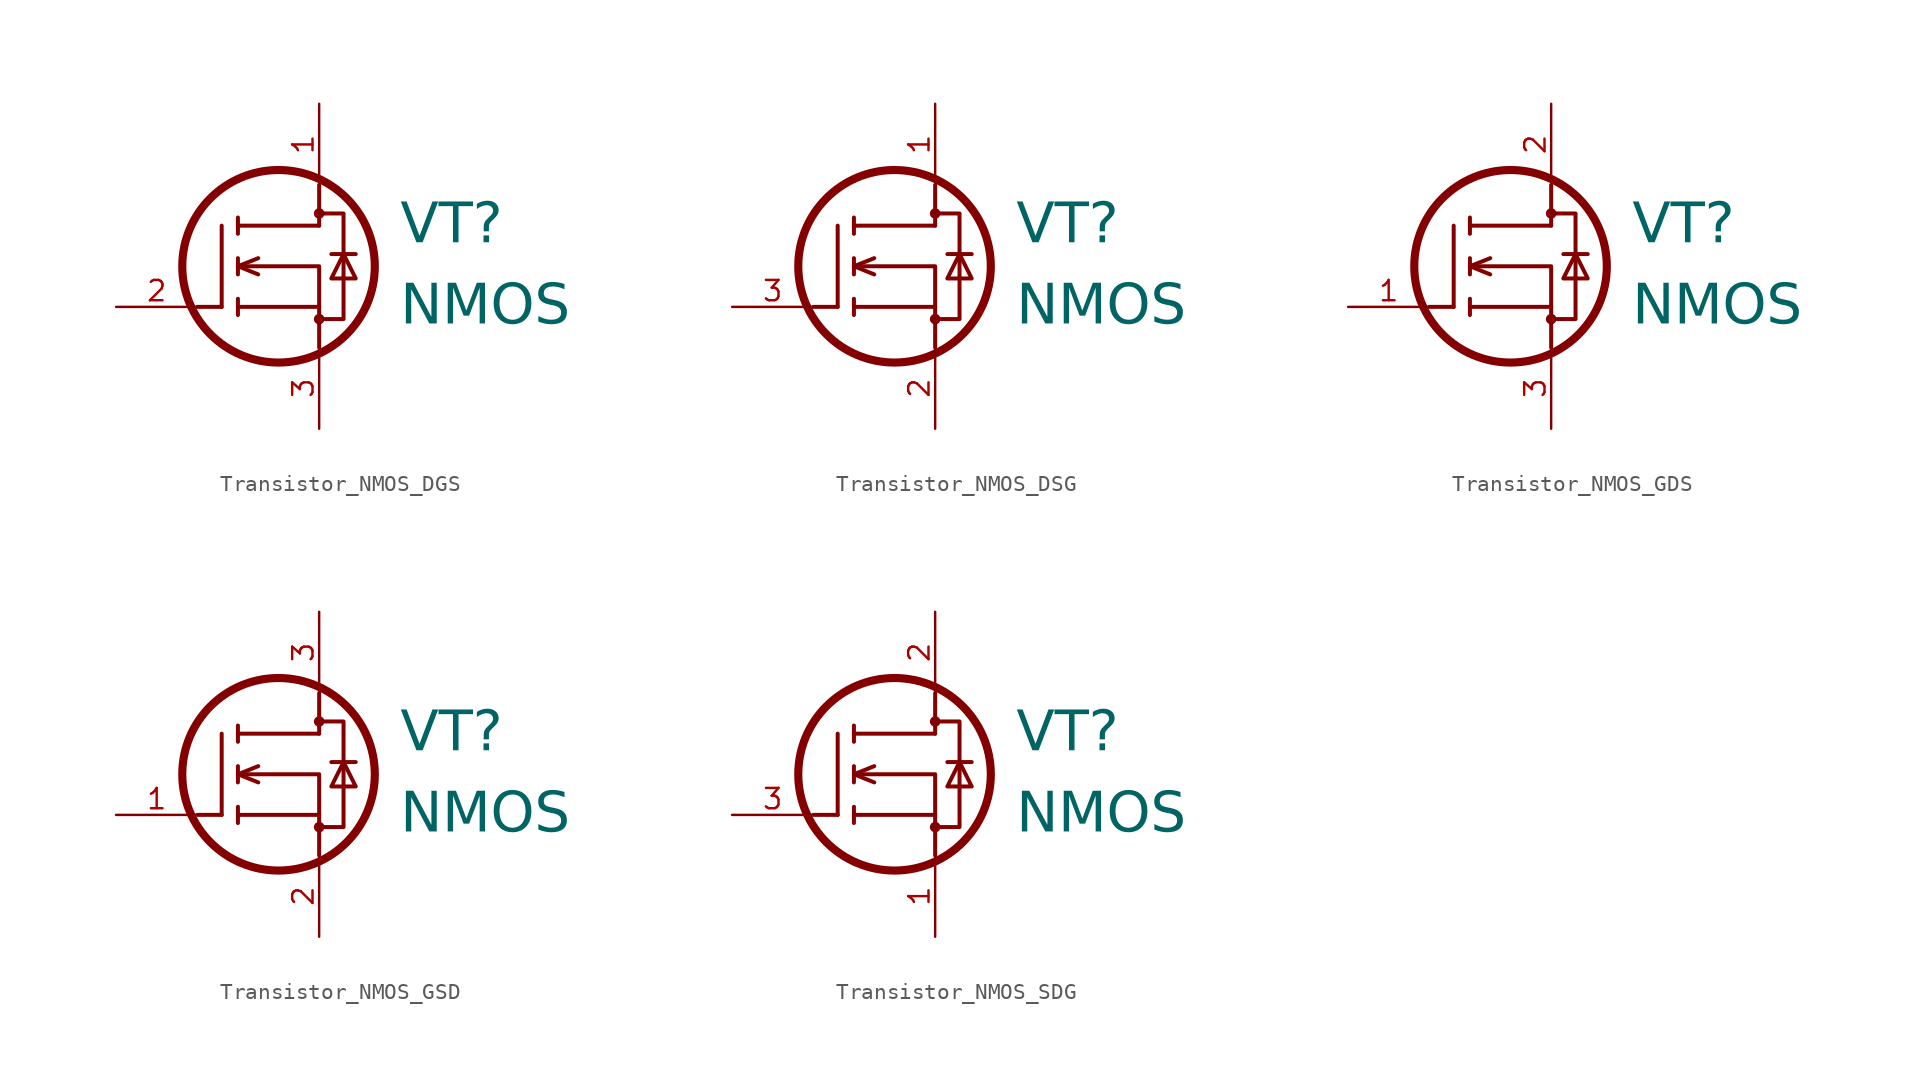
<source format=kicad_sym>
(kicad_symbol_lib
  (version 20241209)
  (generator "kicad_symbol_editor")
  (generator_version "9.0")
  (symbol "Transistor_NMOS_DGS"
    (pin_names
      (offset 1.016)
      (hide yes))
    (property "Reference" "VT"
      (at 5.08 5.08 0)
      (effects (font (face "GOST type A") (size 2.5 2.5) (italic yes)) (justify left)))
    (property "Value" "NMOS"
      (at 5.08 0 0)
      (effects (font (face "GOST type A") (size 2.5 2.5) (italic yes)) (justify left)))
    (symbol "Transistor_NMOS_DGS_0_1"
      (circle (center -2.54 2.54) (radius 6.02) (stroke (width 0.508) (type solid)) (fill (type none)))
      (circle (center 0 5.842) (radius 0.254) (stroke (width 0) (type solid)) (fill (type outline)))
      (circle (center 0 -0.762) (radius 0.254) (stroke (width 0) (type solid)) (fill (type outline))))
    (symbol "Transistor_NMOS_DGS_1_1"
      (polyline (pts (xy -7.62 0) (xy -6.096 0)) (stroke (width 0.25) (type default)) (fill (type none)))
      (polyline (pts (xy -6.096 0) (xy -6.096 5.08)) (stroke (width 0.25) (type solid)) (fill (type none)))
      (polyline (pts (xy -5.08 5.588) (xy -5.08 4.572)) (stroke (width 0.25) (type solid)) (fill (type none)))
      (polyline (pts (xy -5.08 3.048) (xy -5.08 2.032)) (stroke (width 0.25) (type solid)) (fill (type none)))
      (polyline (pts (xy -5.08 2.54) (xy -3.81 3.048)) (stroke (width 0.25) (type solid)) (fill (type none)))
      (polyline (pts (xy -5.08 2.54) (xy -3.81 2.032)) (stroke (width 0.25) (type solid)) (fill (type none)))
      (polyline (pts (xy -5.08 2.54) (xy 0 2.54) (xy 0 0)) (stroke (width 0.25) (type solid)) (fill (type none)))
      (polyline (pts (xy -5.08 0.508) (xy -5.08 -0.508)) (stroke (width 0.25) (type solid)) (fill (type none)))
      (polyline (pts (xy -5.08 0) (xy 0 0)) (stroke (width 0.25) (type solid)) (fill (type none)))
      (polyline (pts (xy 0 5.842) (xy 1.524 5.842) (xy 1.524 -0.762) (xy 0 -0.762)) (stroke (width 0.25) (type solid)) (fill (type none)))
      (polyline (pts (xy 0 5.08) (xy -5.08 5.08)) (stroke (width 0.25) (type solid)) (fill (type none)))
      (polyline (pts (xy 0 5.08) (xy 0 7.62)) (stroke (width 0.25) (type default)) (fill (type none)))
      (polyline (pts (xy 0 -2.54) (xy 0 0)) (stroke (width 0.25) (type default)) (fill (type none)))
      (polyline (pts (xy 0.762 3.302) (xy 2.286 3.302)) (stroke (width 0.25) (type solid)) (fill (type none)))
      (polyline (pts (xy 1.524 1.778) (xy 2.286 1.778) (xy 1.524 3.302) (xy 0.762 1.778) (xy 1.524 1.778)) (stroke (width 0.25) (type solid)) (fill (type none)))
      (pin passive line (at -12.7 0 0) (length 5.08) (name "G" (effects (font (size 1.27 1.27)))) (number "2" (effects (font (size 1.27 1.27)))))
      (pin passive line (at 0 12.7 270) (length 5.08) (name "D" (effects (font (size 1.27 1.27)))) (number "1" (effects (font (size 1.27 1.27)))))
      (pin passive line (at 0 -7.62 90) (length 5.08) (name "S" (effects (font (size 1.27 1.27)))) (number "3" (effects (font (size 1.27 1.27)))))))
  (symbol "Transistor_NMOS_DSG"
    (pin_names
      (offset 1.016)
      (hide yes))
    (property "Reference" "VT"
      (at 5.08 5.08 0)
      (effects (font (face "GOST type A") (size 2.5 2.5) (italic yes)) (justify left)))
    (property "Value" "NMOS"
      (at 5.08 0 0)
      (effects (font (face "GOST type A") (size 2.5 2.5) (italic yes)) (justify left)))
    (symbol "Transistor_NMOS_DSG_0_1"
      (circle (center -2.54 2.54) (radius 6.02) (stroke (width 0.508) (type solid)) (fill (type none)))
      (circle (center 0 5.842) (radius 0.254) (stroke (width 0) (type solid)) (fill (type outline)))
      (circle (center 0 -0.762) (radius 0.254) (stroke (width 0) (type solid)) (fill (type outline))))
    (symbol "Transistor_NMOS_DSG_1_1"
      (polyline (pts (xy -7.62 0) (xy -6.096 0)) (stroke (width 0.25) (type default)) (fill (type none)))
      (polyline (pts (xy -6.096 0) (xy -6.096 5.08)) (stroke (width 0.25) (type solid)) (fill (type none)))
      (polyline (pts (xy -5.08 5.588) (xy -5.08 4.572)) (stroke (width 0.25) (type solid)) (fill (type none)))
      (polyline (pts (xy -5.08 3.048) (xy -5.08 2.032)) (stroke (width 0.25) (type solid)) (fill (type none)))
      (polyline (pts (xy -5.08 2.54) (xy -3.81 3.048)) (stroke (width 0.25) (type solid)) (fill (type none)))
      (polyline (pts (xy -5.08 2.54) (xy -3.81 2.032)) (stroke (width 0.25) (type solid)) (fill (type none)))
      (polyline (pts (xy -5.08 2.54) (xy 0 2.54) (xy 0 0)) (stroke (width 0.25) (type solid)) (fill (type none)))
      (polyline (pts (xy -5.08 0.508) (xy -5.08 -0.508)) (stroke (width 0.25) (type solid)) (fill (type none)))
      (polyline (pts (xy -5.08 0) (xy 0 0)) (stroke (width 0.25) (type solid)) (fill (type none)))
      (polyline (pts (xy 0 5.842) (xy 1.524 5.842) (xy 1.524 -0.762) (xy 0 -0.762)) (stroke (width 0.25) (type solid)) (fill (type none)))
      (polyline (pts (xy 0 5.08) (xy -5.08 5.08)) (stroke (width 0.25) (type solid)) (fill (type none)))
      (polyline (pts (xy 0 5.08) (xy 0 7.62)) (stroke (width 0.25) (type default)) (fill (type none)))
      (polyline (pts (xy 0 -2.54) (xy 0 0)) (stroke (width 0.25) (type default)) (fill (type none)))
      (polyline (pts (xy 0.762 3.302) (xy 2.286 3.302)) (stroke (width 0.25) (type solid)) (fill (type none)))
      (polyline (pts (xy 1.524 1.778) (xy 2.286 1.778) (xy 1.524 3.302) (xy 0.762 1.778) (xy 1.524 1.778)) (stroke (width 0.25) (type solid)) (fill (type none)))
      (pin passive line (at -12.7 0 0) (length 5.08) (name "G" (effects (font (size 1.27 1.27)))) (number "3" (effects (font (size 1.27 1.27)))))
      (pin passive line (at 0 12.7 270) (length 5.08) (name "D" (effects (font (size 1.27 1.27)))) (number "1" (effects (font (size 1.27 1.27)))))
      (pin passive line (at 0 -7.62 90) (length 5.08) (name "S" (effects (font (size 1.27 1.27)))) (number "2" (effects (font (size 1.27 1.27)))))))
  (symbol "Transistor_NMOS_GDS"
    (pin_names
      (offset 1.016)
      (hide yes))
    (property "Reference" "VT"
      (at 5.08 5.08 0)
      (effects (font (face "GOST type A") (size 2.5 2.5) (italic yes)) (justify left)))
    (property "Value" "NMOS"
      (at 5.08 0 0)
      (effects (font (face "GOST type A") (size 2.5 2.5) (italic yes)) (justify left)))
    (symbol "Transistor_NMOS_GDS_0_1"
      (circle (center -2.54 2.54) (radius 6.02) (stroke (width 0.508) (type solid)) (fill (type none)))
      (circle (center 0 5.842) (radius 0.254) (stroke (width 0) (type solid)) (fill (type outline)))
      (circle (center 0 -0.762) (radius 0.254) (stroke (width 0) (type solid)) (fill (type outline))))
    (symbol "Transistor_NMOS_GDS_1_1"
      (polyline (pts (xy -7.62 0) (xy -6.096 0)) (stroke (width 0.25) (type default)) (fill (type none)))
      (polyline (pts (xy -6.096 0) (xy -6.096 5.08)) (stroke (width 0.25) (type solid)) (fill (type none)))
      (polyline (pts (xy -5.08 5.588) (xy -5.08 4.572)) (stroke (width 0.25) (type solid)) (fill (type none)))
      (polyline (pts (xy -5.08 3.048) (xy -5.08 2.032)) (stroke (width 0.25) (type solid)) (fill (type none)))
      (polyline (pts (xy -5.08 2.54) (xy -3.81 3.048)) (stroke (width 0.25) (type solid)) (fill (type none)))
      (polyline (pts (xy -5.08 2.54) (xy -3.81 2.032)) (stroke (width 0.25) (type solid)) (fill (type none)))
      (polyline (pts (xy -5.08 2.54) (xy 0 2.54) (xy 0 0)) (stroke (width 0.25) (type solid)) (fill (type none)))
      (polyline (pts (xy -5.08 0.508) (xy -5.08 -0.508)) (stroke (width 0.25) (type solid)) (fill (type none)))
      (polyline (pts (xy -5.08 0) (xy 0 0)) (stroke (width 0.25) (type solid)) (fill (type none)))
      (polyline (pts (xy 0 5.842) (xy 1.524 5.842) (xy 1.524 -0.762) (xy 0 -0.762)) (stroke (width 0.25) (type solid)) (fill (type none)))
      (polyline (pts (xy 0 5.08) (xy -5.08 5.08)) (stroke (width 0.25) (type solid)) (fill (type none)))
      (polyline (pts (xy 0 5.08) (xy 0 7.62)) (stroke (width 0.25) (type default)) (fill (type none)))
      (polyline (pts (xy 0 -2.54) (xy 0 0)) (stroke (width 0.25) (type default)) (fill (type none)))
      (polyline (pts (xy 0.762 3.302) (xy 2.286 3.302)) (stroke (width 0.25) (type solid)) (fill (type none)))
      (polyline (pts (xy 1.524 1.778) (xy 2.286 1.778) (xy 1.524 3.302) (xy 0.762 1.778) (xy 1.524 1.778)) (stroke (width 0.25) (type solid)) (fill (type none)))
      (pin passive line (at -12.7 0 0) (length 5.08) (name "G" (effects (font (size 1.27 1.27)))) (number "1" (effects (font (size 1.27 1.27)))))
      (pin passive line (at 0 12.7 270) (length 5.08) (name "G" (effects (font (size 1.27 1.27)))) (number "2" (effects (font (size 1.27 1.27)))))
      (pin passive line (at 0 -7.62 90) (length 5.08) (name "S" (effects (font (size 1.27 1.27)))) (number "3" (effects (font (size 1.27 1.27)))))))
  (symbol "Transistor_NMOS_GSD"
    (pin_names
      (offset 1.016)
      (hide yes))
    (property "Reference" "VT"
      (at 5.08 5.08 0)
      (effects (font (face "GOST type A") (size 2.5 2.5) (italic yes)) (justify left)))
    (property "Value" "NMOS"
      (at 5.08 0 0)
      (effects (font (face "GOST type A") (size 2.5 2.5) (italic yes)) (justify left)))
    (symbol "Transistor_NMOS_GSD_0_1"
      (circle (center -2.54 2.54) (radius 6.02) (stroke (width 0.508) (type solid)) (fill (type none)))
      (circle (center 0 5.842) (radius 0.254) (stroke (width 0) (type solid)) (fill (type outline)))
      (circle (center 0 -0.762) (radius 0.254) (stroke (width 0) (type solid)) (fill (type outline))))
    (symbol "Transistor_NMOS_GSD_1_1"
      (polyline (pts (xy -7.62 0) (xy -6.096 0)) (stroke (width 0.25) (type default)) (fill (type none)))
      (polyline (pts (xy -6.096 0) (xy -6.096 5.08)) (stroke (width 0.25) (type solid)) (fill (type none)))
      (polyline (pts (xy -5.08 5.588) (xy -5.08 4.572)) (stroke (width 0.25) (type solid)) (fill (type none)))
      (polyline (pts (xy -5.08 3.048) (xy -5.08 2.032)) (stroke (width 0.25) (type solid)) (fill (type none)))
      (polyline (pts (xy -5.08 2.54) (xy -3.81 3.048)) (stroke (width 0.25) (type solid)) (fill (type none)))
      (polyline (pts (xy -5.08 2.54) (xy -3.81 2.032)) (stroke (width 0.25) (type solid)) (fill (type none)))
      (polyline (pts (xy -5.08 2.54) (xy 0 2.54) (xy 0 0)) (stroke (width 0.25) (type solid)) (fill (type none)))
      (polyline (pts (xy -5.08 0.508) (xy -5.08 -0.508)) (stroke (width 0.25) (type solid)) (fill (type none)))
      (polyline (pts (xy -5.08 0) (xy 0 0)) (stroke (width 0.25) (type solid)) (fill (type none)))
      (polyline (pts (xy 0 5.842) (xy 1.524 5.842) (xy 1.524 -0.762) (xy 0 -0.762)) (stroke (width 0.25) (type solid)) (fill (type none)))
      (polyline (pts (xy 0 5.08) (xy -5.08 5.08)) (stroke (width 0.25) (type solid)) (fill (type none)))
      (polyline (pts (xy 0 5.08) (xy 0 7.62)) (stroke (width 0.25) (type default)) (fill (type none)))
      (polyline (pts (xy 0 -2.54) (xy 0 0)) (stroke (width 0.25) (type default)) (fill (type none)))
      (polyline (pts (xy 0.762 3.302) (xy 2.286 3.302)) (stroke (width 0.25) (type solid)) (fill (type none)))
      (polyline (pts (xy 1.524 1.778) (xy 2.286 1.778) (xy 1.524 3.302) (xy 0.762 1.778) (xy 1.524 1.778)) (stroke (width 0.25) (type solid)) (fill (type none)))
      (pin passive line (at -12.7 0 0) (length 5.08) (name "G" (effects (font (size 1.27 1.27)))) (number "1" (effects (font (size 1.27 1.27)))))
      (pin passive line (at 0 12.7 270) (length 5.08) (name "D" (effects (font (size 1.27 1.27)))) (number "3" (effects (font (size 1.27 1.27)))))
      (pin passive line (at 0 -7.62 90) (length 5.08) (name "S" (effects (font (size 1.27 1.27)))) (number "2" (effects (font (size 1.27 1.27)))))))
  (symbol "Transistor_NMOS_SDG"
    (pin_names
      (offset 1.016)
      (hide yes))
    (property "Reference" "VT"
      (at 5.08 5.08 0)
      (effects (font (face "GOST type A") (size 2.5 2.5) (italic yes)) (justify left)))
    (property "Value" "NMOS"
      (at 5.08 0 0)
      (effects (font (face "GOST type A") (size 2.5 2.5) (italic yes)) (justify left)))
    (symbol "Transistor_NMOS_SDG_0_1"
      (circle (center -2.54 2.54) (radius 6.02) (stroke (width 0.508) (type solid)) (fill (type none)))
      (circle (center 0 5.842) (radius 0.254) (stroke (width 0) (type solid)) (fill (type outline)))
      (circle (center 0 -0.762) (radius 0.254) (stroke (width 0) (type solid)) (fill (type outline))))
    (symbol "Transistor_NMOS_SDG_1_1"
      (polyline (pts (xy -7.62 0) (xy -6.096 0)) (stroke (width 0.25) (type default)) (fill (type none)))
      (polyline (pts (xy -6.096 0) (xy -6.096 5.08)) (stroke (width 0.25) (type solid)) (fill (type none)))
      (polyline (pts (xy -5.08 5.588) (xy -5.08 4.572)) (stroke (width 0.25) (type solid)) (fill (type none)))
      (polyline (pts (xy -5.08 3.048) (xy -5.08 2.032)) (stroke (width 0.25) (type solid)) (fill (type none)))
      (polyline (pts (xy -5.08 2.54) (xy -3.81 3.048)) (stroke (width 0.25) (type solid)) (fill (type none)))
      (polyline (pts (xy -5.08 2.54) (xy -3.81 2.032)) (stroke (width 0.25) (type solid)) (fill (type none)))
      (polyline (pts (xy -5.08 2.54) (xy 0 2.54) (xy 0 0)) (stroke (width 0.25) (type solid)) (fill (type none)))
      (polyline (pts (xy -5.08 0.508) (xy -5.08 -0.508)) (stroke (width 0.25) (type solid)) (fill (type none)))
      (polyline (pts (xy -5.08 0) (xy 0 0)) (stroke (width 0.25) (type solid)) (fill (type none)))
      (polyline (pts (xy 0 5.842) (xy 1.524 5.842) (xy 1.524 -0.762) (xy 0 -0.762)) (stroke (width 0.25) (type solid)) (fill (type none)))
      (polyline (pts (xy 0 5.08) (xy -5.08 5.08)) (stroke (width 0.25) (type solid)) (fill (type none)))
      (polyline (pts (xy 0 5.08) (xy 0 7.62)) (stroke (width 0.25) (type default)) (fill (type none)))
      (polyline (pts (xy 0 -2.54) (xy 0 0)) (stroke (width 0.25) (type default)) (fill (type none)))
      (polyline (pts (xy 0.762 3.302) (xy 2.286 3.302)) (stroke (width 0.25) (type solid)) (fill (type none)))
      (polyline (pts (xy 1.524 1.778) (xy 2.286 1.778) (xy 1.524 3.302) (xy 0.762 1.778) (xy 1.524 1.778)) (stroke (width 0.25) (type solid)) (fill (type none)))
      (pin passive line (at -12.7 0 0) (length 5.08) (name "G" (effects (font (size 1.27 1.27)))) (number "3" (effects (font (size 1.27 1.27)))))
      (pin passive line (at 0 12.7 270) (length 5.08) (name "D" (effects (font (size 1.27 1.27)))) (number "2" (effects (font (size 1.27 1.27)))))
      (pin passive line (at 0 -7.62 90) (length 5.08) (name "S" (effects (font (size 1.27 1.27)))) (number "1" (effects (font (size 1.27 1.27))))))))
</source>
